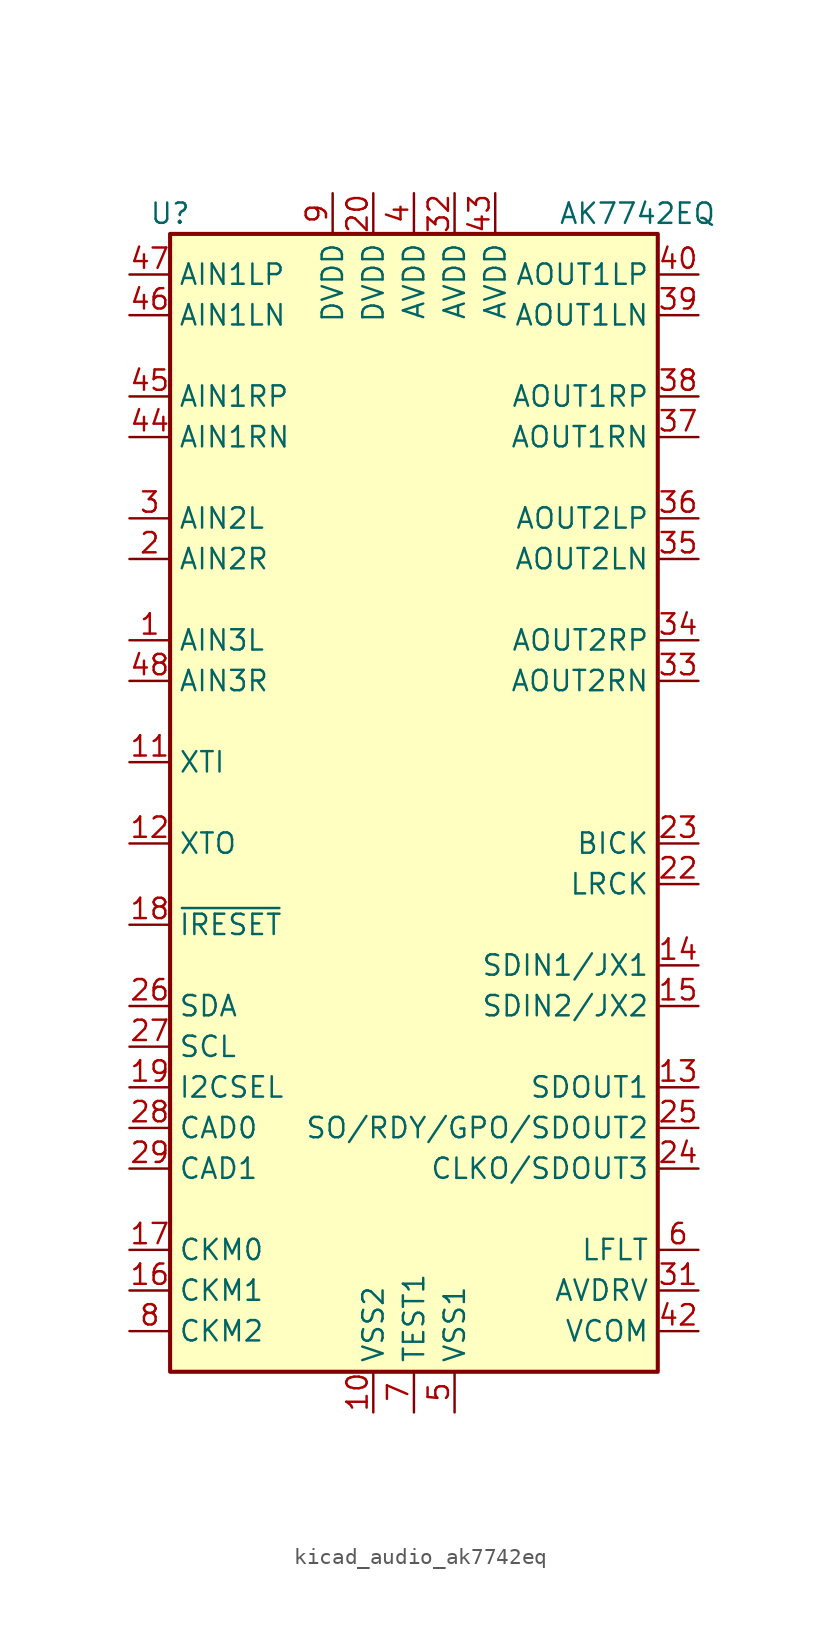
<source format=kicad_sym>
(kicad_symbol_lib
  (version 20220914)
  (generator kicad_symbol_editor)
  (symbol "kicad_audio_ak7742eq"
    (property "Reference" "U"
      (at -15.24 36.83 0)
      (effects (font (size 1.27 1.27))))
    (property "Value" "AK7742EQ"
      (at 13.97 36.83 0)
      (effects (font (size 1.27 1.27))))
    (symbol "kicad_audio_ak7742eq_0_1"
      (rectangle (start -15.24 35.56) (end 15.24 -35.56) (stroke (width 0.254) (type default)) (fill (type background))))
    (symbol "kicad_audio_ak7742eq_1_1"
      (pin input line (at -17.78 10.16 0) (length 2.54) (name "AIN3L" (effects (font (size 1.27 1.27)))) (number "1" (effects (font (size 1.27 1.27)))))
      (pin power_in line (at -2.54 -38.1 90) (length 2.54) (name "VSS2" (effects (font (size 1.27 1.27)))) (number "10" (effects (font (size 1.27 1.27)))))
      (pin input line (at -17.78 2.54 0) (length 2.54) (name "XTI" (effects (font (size 1.27 1.27)))) (number "11" (effects (font (size 1.27 1.27)))))
      (pin output line (at -17.78 -2.54 0) (length 2.54) (name "XTO" (effects (font (size 1.27 1.27)))) (number "12" (effects (font (size 1.27 1.27)))))
      (pin output line (at 17.78 -17.78 180) (length 2.54) (name "SDOUT1" (effects (font (size 1.27 1.27)))) (number "13" (effects (font (size 1.27 1.27)))))
      (pin input line (at 17.78 -10.16 180) (length 2.54) (name "SDIN1/JX1" (effects (font (size 1.27 1.27)))) (number "14" (effects (font (size 1.27 1.27)))))
      (pin input line (at 17.78 -12.7 180) (length 2.54) (name "SDIN2/JX2" (effects (font (size 1.27 1.27)))) (number "15" (effects (font (size 1.27 1.27)))))
      (pin input line (at -17.78 -30.48 0) (length 2.54) (name "CKM1" (effects (font (size 1.27 1.27)))) (number "16" (effects (font (size 1.27 1.27)))))
      (pin input line (at -17.78 -27.94 0) (length 2.54) (name "CKM0" (effects (font (size 1.27 1.27)))) (number "17" (effects (font (size 1.27 1.27)))))
      (pin input line (at -17.78 -7.62 0) (length 2.54) (name "~{IRESET}" (effects (font (size 1.27 1.27)))) (number "18" (effects (font (size 1.27 1.27)))))
      (pin input line (at -17.78 -17.78 0) (length 2.54) (name "I2CSEL" (effects (font (size 1.27 1.27)))) (number "19" (effects (font (size 1.27 1.27)))))
      (pin input line (at -17.78 15.24 0) (length 2.54) (name "AIN2R" (effects (font (size 1.27 1.27)))) (number "2" (effects (font (size 1.27 1.27)))))
      (pin power_in line (at -2.54 38.1 270) (length 2.54) (name "DVDD" (effects (font (size 1.27 1.27)))) (number "20" (effects (font (size 1.27 1.27)))))
      (pin passive line (at -2.54 -38.1 90) (length 2.54) hide (name "VSS2" (effects (font (size 1.27 1.27)))) (number "21" (effects (font (size 1.27 1.27)))))
      (pin bidirectional line (at 17.78 -5.08 180) (length 2.54) (name "LRCK" (effects (font (size 1.27 1.27)))) (number "22" (effects (font (size 1.27 1.27)))))
      (pin bidirectional line (at 17.78 -2.54 180) (length 2.54) (name "BICK" (effects (font (size 1.27 1.27)))) (number "23" (effects (font (size 1.27 1.27)))))
      (pin output line (at 17.78 -22.86 180) (length 2.54) (name "CLKO/SDOUT3" (effects (font (size 1.27 1.27)))) (number "24" (effects (font (size 1.27 1.27)))))
      (pin output line (at 17.78 -20.32 180) (length 2.54) (name "SO/RDY/GPO/SDOUT2" (effects (font (size 1.27 1.27)))) (number "25" (effects (font (size 1.27 1.27)))))
      (pin bidirectional line (at -17.78 -12.7 0) (length 2.54) (name "SDA" (effects (font (size 1.27 1.27)))) (number "26" (effects (font (size 1.27 1.27)))))
      (pin input line (at -17.78 -15.24 0) (length 2.54) (name "SCL" (effects (font (size 1.27 1.27)))) (number "27" (effects (font (size 1.27 1.27)))))
      (pin input line (at -17.78 -20.32 0) (length 2.54) (name "CAD0" (effects (font (size 1.27 1.27)))) (number "28" (effects (font (size 1.27 1.27)))))
      (pin input line (at -17.78 -22.86 0) (length 2.54) (name "CAD1" (effects (font (size 1.27 1.27)))) (number "29" (effects (font (size 1.27 1.27)))))
      (pin input line (at -17.78 17.78 0) (length 2.54) (name "AIN2L" (effects (font (size 1.27 1.27)))) (number "3" (effects (font (size 1.27 1.27)))))
      (pin passive line (at 2.54 -38.1 90) (length 2.54) hide (name "VSS1" (effects (font (size 1.27 1.27)))) (number "30" (effects (font (size 1.27 1.27)))))
      (pin passive line (at 17.78 -30.48 180) (length 2.54) (name "AVDRV" (effects (font (size 1.27 1.27)))) (number "31" (effects (font (size 1.27 1.27)))))
      (pin power_in line (at 2.54 38.1 270) (length 2.54) (name "AVDD" (effects (font (size 1.27 1.27)))) (number "32" (effects (font (size 1.27 1.27)))))
      (pin output line (at 17.78 7.62 180) (length 2.54) (name "AOUT2RN" (effects (font (size 1.27 1.27)))) (number "33" (effects (font (size 1.27 1.27)))))
      (pin output line (at 17.78 10.16 180) (length 2.54) (name "AOUT2RP" (effects (font (size 1.27 1.27)))) (number "34" (effects (font (size 1.27 1.27)))))
      (pin output line (at 17.78 15.24 180) (length 2.54) (name "AOUT2LN" (effects (font (size 1.27 1.27)))) (number "35" (effects (font (size 1.27 1.27)))))
      (pin output line (at 17.78 17.78 180) (length 2.54) (name "AOUT2LP" (effects (font (size 1.27 1.27)))) (number "36" (effects (font (size 1.27 1.27)))))
      (pin output line (at 17.78 22.86 180) (length 2.54) (name "AOUT1RN" (effects (font (size 1.27 1.27)))) (number "37" (effects (font (size 1.27 1.27)))))
      (pin output line (at 17.78 25.4 180) (length 2.54) (name "AOUT1RP" (effects (font (size 1.27 1.27)))) (number "38" (effects (font (size 1.27 1.27)))))
      (pin output line (at 17.78 30.48 180) (length 2.54) (name "AOUT1LN" (effects (font (size 1.27 1.27)))) (number "39" (effects (font (size 1.27 1.27)))))
      (pin power_in line (at 0 38.1 270) (length 2.54) (name "AVDD" (effects (font (size 1.27 1.27)))) (number "4" (effects (font (size 1.27 1.27)))))
      (pin output line (at 17.78 33.02 180) (length 2.54) (name "AOUT1LP" (effects (font (size 1.27 1.27)))) (number "40" (effects (font (size 1.27 1.27)))))
      (pin passive line (at 2.54 -38.1 90) (length 2.54) hide (name "VSS1" (effects (font (size 1.27 1.27)))) (number "41" (effects (font (size 1.27 1.27)))))
      (pin passive line (at 17.78 -33.02 180) (length 2.54) (name "VCOM" (effects (font (size 1.27 1.27)))) (number "42" (effects (font (size 1.27 1.27)))))
      (pin power_in line (at 5.08 38.1 270) (length 2.54) (name "AVDD" (effects (font (size 1.27 1.27)))) (number "43" (effects (font (size 1.27 1.27)))))
      (pin input line (at -17.78 22.86 0) (length 2.54) (name "AIN1RN" (effects (font (size 1.27 1.27)))) (number "44" (effects (font (size 1.27 1.27)))))
      (pin input line (at -17.78 25.4 0) (length 2.54) (name "AIN1RP" (effects (font (size 1.27 1.27)))) (number "45" (effects (font (size 1.27 1.27)))))
      (pin input line (at -17.78 30.48 0) (length 2.54) (name "AIN1LN" (effects (font (size 1.27 1.27)))) (number "46" (effects (font (size 1.27 1.27)))))
      (pin input line (at -17.78 33.02 0) (length 2.54) (name "AIN1LP" (effects (font (size 1.27 1.27)))) (number "47" (effects (font (size 1.27 1.27)))))
      (pin input line (at -17.78 7.62 0) (length 2.54) (name "AIN3R" (effects (font (size 1.27 1.27)))) (number "48" (effects (font (size 1.27 1.27)))))
      (pin power_in line (at 2.54 -38.1 90) (length 2.54) (name "VSS1" (effects (font (size 1.27 1.27)))) (number "5" (effects (font (size 1.27 1.27)))))
      (pin passive line (at 17.78 -27.94 180) (length 2.54) (name "LFLT" (effects (font (size 1.27 1.27)))) (number "6" (effects (font (size 1.27 1.27)))))
      (pin passive line (at 0 -38.1 90) (length 2.54) (name "TEST1" (effects (font (size 1.27 1.27)))) (number "7" (effects (font (size 1.27 1.27)))))
      (pin input line (at -17.78 -33.02 0) (length 2.54) (name "CKM2" (effects (font (size 1.27 1.27)))) (number "8" (effects (font (size 1.27 1.27)))))
      (pin power_in line (at -5.08 38.1 270) (length 2.54) (name "DVDD" (effects (font (size 1.27 1.27)))) (number "9" (effects (font (size 1.27 1.27))))))))
</source>
